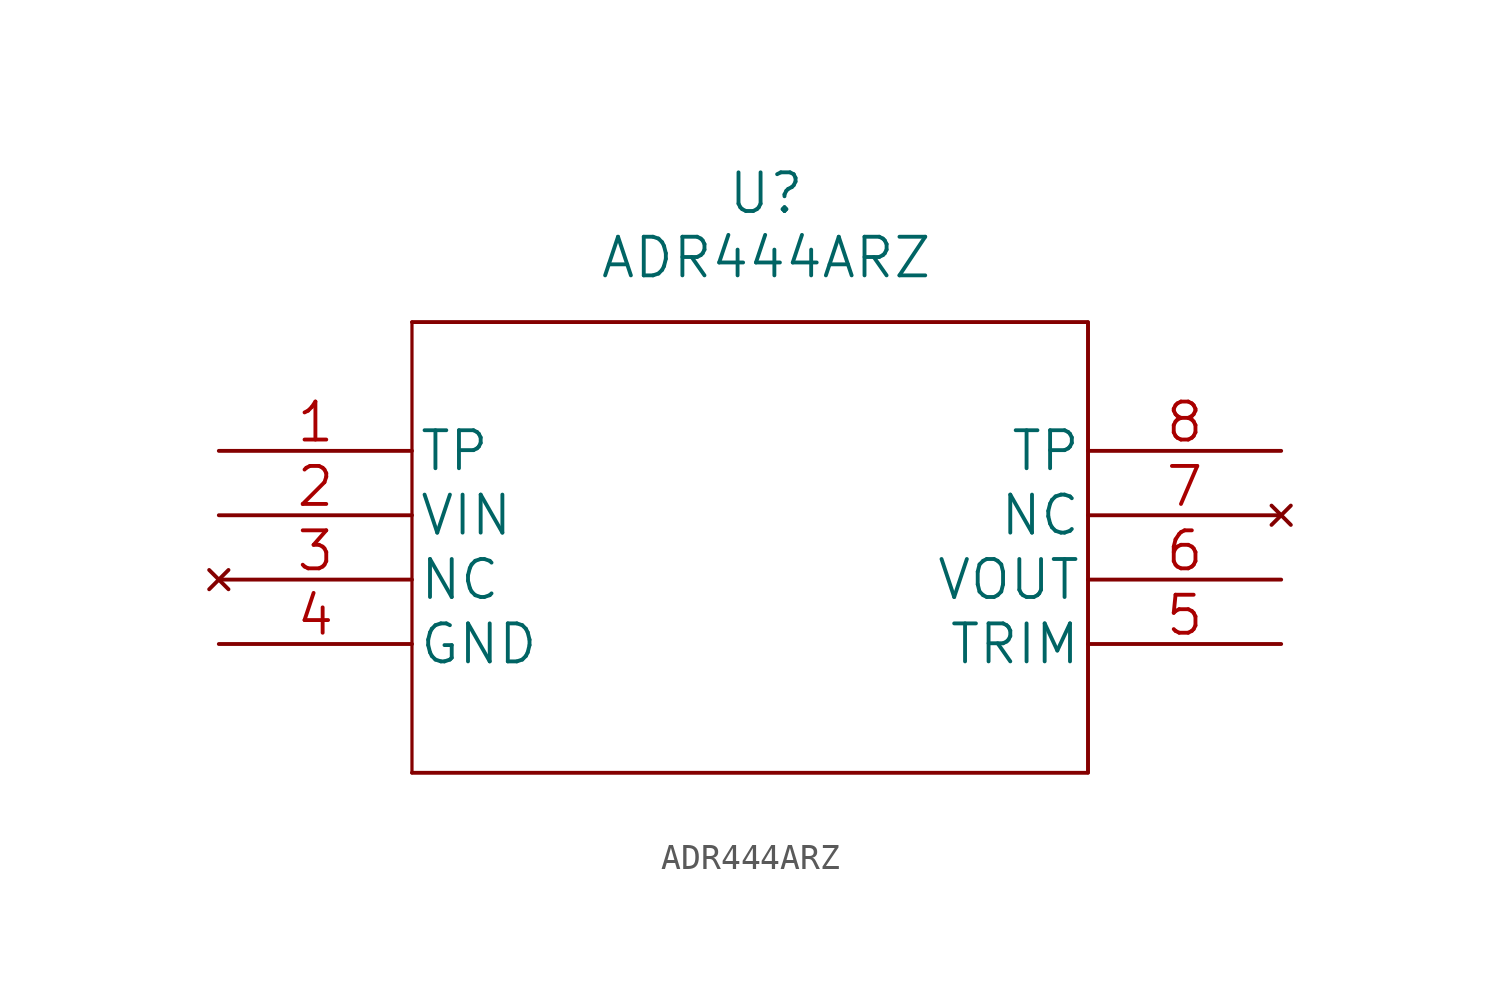
<source format=kicad_sym>
(kicad_symbol_lib
  (version 20211014)
  (generator kicad_symbol_editor)
  (symbol "ADR444ARZ"
    (pin_names
      (offset 0.254))
    (property "Reference" "U"
      (at 35.56 10.16 0)
      (effects (font (size 1.524 1.524))))
    (property "Value" "ADR444ARZ"
      (at 35.56 7.62 0)
      (effects (font (size 1.524 1.524))))
    (property "Datasheet" ""
      (at 13.97 0 0)
      (effects (font (size 1.524 1.524))))
    (property "ki_locked" ""
      (at 0 0 0)
      (effects (font (size 1.27 1.27))))
    (symbol "ADR444ARZ_0_1"
      (polyline (pts (xy 21.59 5.08) (xy 48.26 5.08) (xy 48.26 -12.7) (xy 21.59 -12.7)) (stroke (width 0) (type default) (color 0 0 0 0)) (fill (type none))))
    (symbol "ADR444ARZ_1_1"
      (polyline (pts (xy 21.59 5.08) (xy 21.59 -12.7)) (stroke (width 0.127) (type default) (color 0 0 0 0)) (fill (type none)))
      (polyline (pts (xy 48.26 -12.7) (xy 48.26 5.08)) (stroke (width 0.127) (type default) (color 0 0 0 0)) (fill (type none)))
      (pin unspecified line (at 13.97 0 0) (length 7.62) (name "TP" (effects (font (size 1.499 1.499)))) (number "1" (effects (font (size 1.499 1.499)))))
      (pin input line (at 13.97 -2.54 0) (length 7.62) (name "VIN" (effects (font (size 1.499 1.499)))) (number "2" (effects (font (size 1.499 1.499)))))
      (pin no_connect line (at 13.97 -5.08 0) (length 7.62) (name "NC" (effects (font (size 1.499 1.499)))) (number "3" (effects (font (size 1.499 1.499)))))
      (pin power_in line (at 13.97 -7.62 0) (length 7.62) (name "GND" (effects (font (size 1.499 1.499)))) (number "4" (effects (font (size 1.499 1.499)))))
      (pin unspecified line (at 55.88 -7.62 180) (length 7.62) (name "TRIM" (effects (font (size 1.499 1.499)))) (number "5" (effects (font (size 1.499 1.499)))))
      (pin output line (at 55.88 -5.08 180) (length 7.62) (name "VOUT" (effects (font (size 1.499 1.499)))) (number "6" (effects (font (size 1.499 1.499)))))
      (pin no_connect line (at 55.88 -2.54 180) (length 7.62) (name "NC" (effects (font (size 1.499 1.499)))) (number "7" (effects (font (size 1.499 1.499)))))
      (pin unspecified line (at 55.88 0 180) (length 7.62) (name "TP" (effects (font (size 1.499 1.499)))) (number "8" (effects (font (size 1.499 1.499))))))))
</source>
